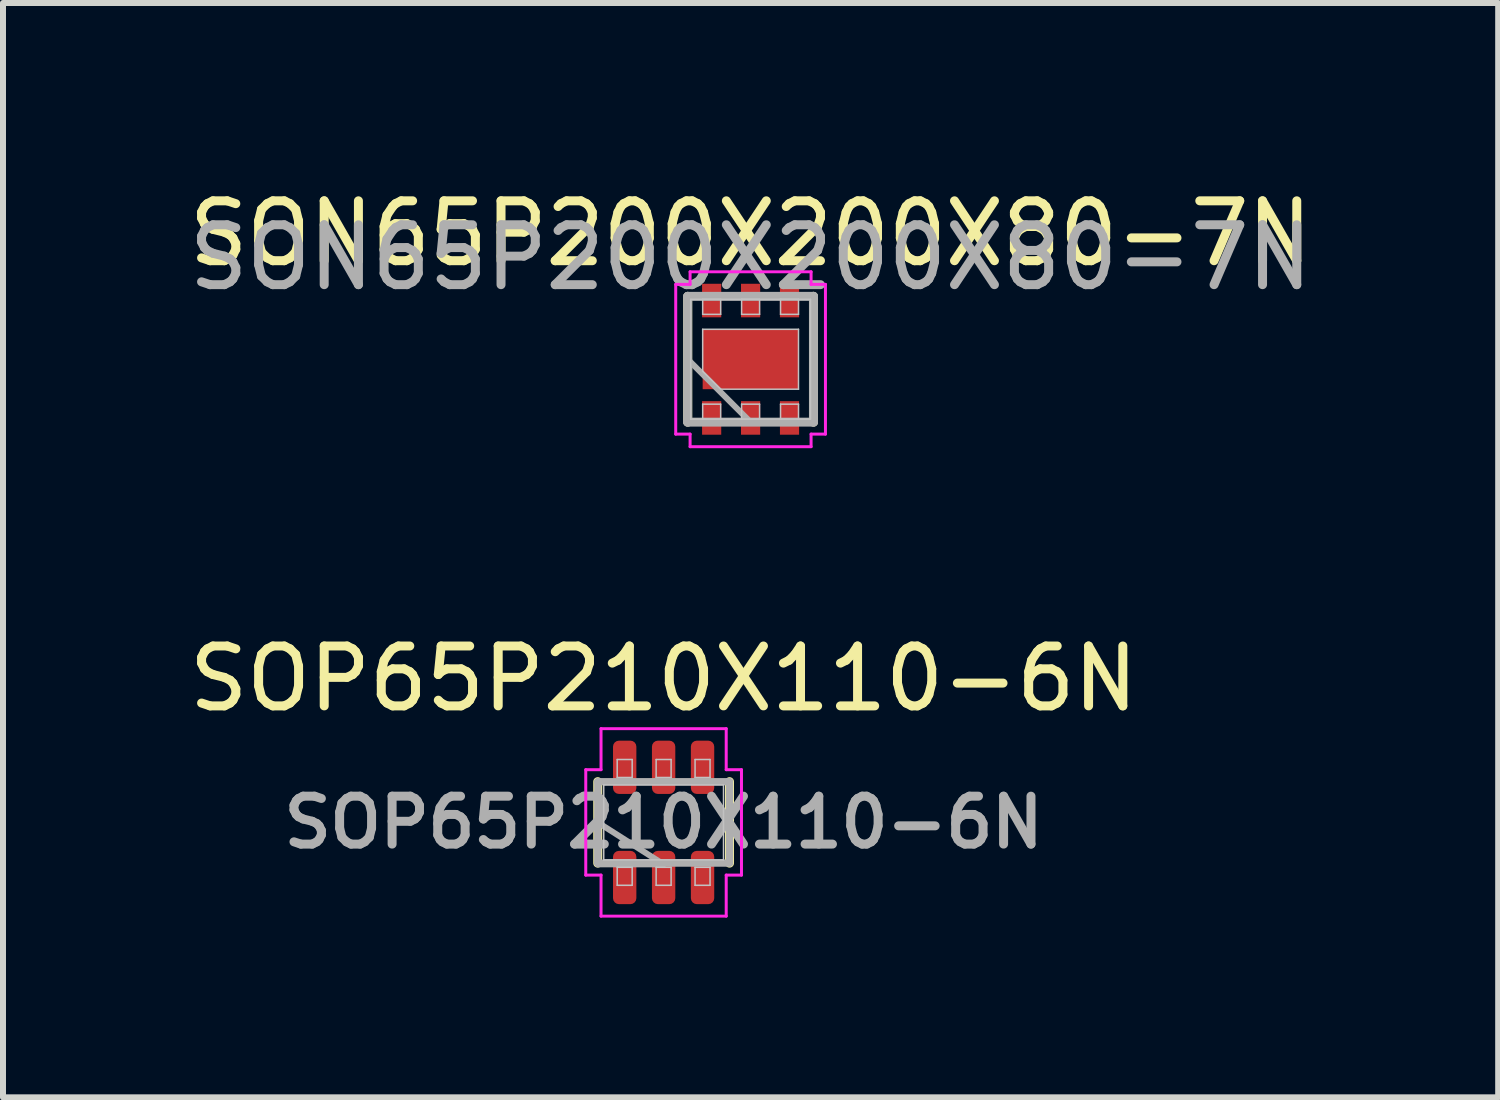
<source format=kicad_pcb>
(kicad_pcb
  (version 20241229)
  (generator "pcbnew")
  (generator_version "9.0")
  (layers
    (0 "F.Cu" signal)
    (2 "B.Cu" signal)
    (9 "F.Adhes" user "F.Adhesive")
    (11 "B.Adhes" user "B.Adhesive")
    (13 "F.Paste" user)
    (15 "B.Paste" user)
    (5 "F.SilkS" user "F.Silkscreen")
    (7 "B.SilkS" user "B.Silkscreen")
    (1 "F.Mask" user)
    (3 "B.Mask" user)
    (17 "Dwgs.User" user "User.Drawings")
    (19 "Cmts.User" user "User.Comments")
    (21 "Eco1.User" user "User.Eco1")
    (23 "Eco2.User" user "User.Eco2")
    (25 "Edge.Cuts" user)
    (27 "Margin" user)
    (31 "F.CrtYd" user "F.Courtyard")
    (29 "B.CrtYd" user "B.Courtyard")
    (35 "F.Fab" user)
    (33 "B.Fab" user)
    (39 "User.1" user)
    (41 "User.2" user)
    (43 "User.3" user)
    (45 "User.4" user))
  (footprint "SON65P200X200X80-7N"
    (layer "F.Cu")
    (at 9.482 2.948)
    (property "Reference" "SON65P200X200X80-7N" (at 0 -1.7 0) (layer "F.Fab") (effects (font (size 1 1) (thickness 0.15))))
    (attr smd)
    (fp_line (start -1.05 1.05) (end -1.05 -1.05) (stroke (width 0.15) (type solid)) (layer "F.SilkS"))
    (fp_line (start 1.05 1.05) (end 1.05 -1.05) (stroke (width 0.15) (type solid)) (layer "F.SilkS"))
    (fp_line (start -1 -1) (end 1 -1) (stroke (width 0.025) (type solid)) (layer "Dwgs.User"))
    (fp_line (start -1 1) (end -1 -1) (stroke (width 0.025) (type solid)) (layer "Dwgs.User"))
    (fp_line (start -0.8 -1) (end -0.5 -1) (stroke (width 0.025) (type solid)) (layer "Dwgs.User"))
    (fp_line (start -0.8 -0.75) (end -0.8 -1) (stroke (width 0.025) (type solid)) (layer "Dwgs.User"))
    (fp_line (start -0.8 -0.5) (end -0.8 0.2) (stroke (width 0.025) (type solid)) (layer "Dwgs.User"))
    (fp_line (start -0.8 0.2) (end -0.5 0.5) (stroke (width 0.025) (type solid)) (layer "Dwgs.User"))
    (fp_line (start -0.8 0.75) (end -0.5 0.75) (stroke (width 0.025) (type solid)) (layer "Dwgs.User"))
    (fp_line (start -0.8 1) (end -0.8 0.75) (stroke (width 0.025) (type solid)) (layer "Dwgs.User"))
    (fp_line (start -0.5 -1) (end -0.5 -0.75) (stroke (width 0.025) (type solid)) (layer "Dwgs.User"))
    (fp_line (start -0.5 -0.75) (end -0.8 -0.75) (stroke (width 0.025) (type solid)) (layer "Dwgs.User"))
    (fp_line (start -0.5 0.5) (end 0.8 0.5) (stroke (width 0.025) (type solid)) (layer "Dwgs.User"))
    (fp_line (start -0.5 0.75) (end -0.5 1) (stroke (width 0.025) (type solid)) (layer "Dwgs.User"))
    (fp_line (start -0.5 1) (end -0.8 1) (stroke (width 0.025) (type solid)) (layer "Dwgs.User"))
    (fp_line (start -0.15 -1) (end 0.15 -1) (stroke (width 0.025) (type solid)) (layer "Dwgs.User"))
    (fp_line (start -0.15 -0.75) (end -0.15 -1) (stroke (width 0.025) (type solid)) (layer "Dwgs.User"))
    (fp_line (start -0.15 0.75) (end 0.15 0.75) (stroke (width 0.025) (type solid)) (layer "Dwgs.User"))
    (fp_line (start -0.15 1) (end -0.15 0.75) (stroke (width 0.025) (type solid)) (layer "Dwgs.User"))
    (fp_line (start 0.15 -1) (end 0.15 -0.75) (stroke (width 0.025) (type solid)) (layer "Dwgs.User"))
    (fp_line (start 0.15 -0.75) (end -0.15 -0.75) (stroke (width 0.025) (type solid)) (layer "Dwgs.User"))
    (fp_line (start 0.15 0.75) (end 0.15 1) (stroke (width 0.025) (type solid)) (layer "Dwgs.User"))
    (fp_line (start 0.15 1) (end -0.15 1) (stroke (width 0.025) (type solid)) (layer "Dwgs.User"))
    (fp_line (start 0.5 -1) (end 0.8 -1) (stroke (width 0.025) (type solid)) (layer "Dwgs.User"))
    (fp_line (start 0.5 -0.75) (end 0.5 -1) (stroke (width 0.025) (type solid)) (layer "Dwgs.User"))
    (fp_line (start 0.5 0.75) (end 0.8 0.75) (stroke (width 0.025) (type solid)) (layer "Dwgs.User"))
    (fp_line (start 0.5 1) (end 0.5 0.75) (stroke (width 0.025) (type solid)) (layer "Dwgs.User"))
    (fp_line (start 0.8 -1) (end 0.8 -0.75) (stroke (width 0.025) (type solid)) (layer "Dwgs.User"))
    (fp_line (start 0.8 -0.75) (end 0.5 -0.75) (stroke (width 0.025) (type solid)) (layer "Dwgs.User"))
    (fp_line (start 0.8 -0.5) (end -0.8 -0.5) (stroke (width 0.025) (type solid)) (layer "Dwgs.User"))
    (fp_line (start 0.8 0.5) (end 0.8 -0.5) (stroke (width 0.025) (type solid)) (layer "Dwgs.User"))
    (fp_line (start 0.8 0.75) (end 0.8 1) (stroke (width 0.025) (type solid)) (layer "Dwgs.User"))
    (fp_line (start 0.8 1) (end 0.5 1) (stroke (width 0.025) (type solid)) (layer "Dwgs.User"))
    (fp_line (start 1 -1) (end 1 1) (stroke (width 0.025) (type solid)) (layer "Dwgs.User"))
    (fp_line (start 1 1) (end -1 1) (stroke (width 0.025) (type solid)) (layer "Dwgs.User"))
    (fp_line (start -1.25 -1.25) (end -1.25 1.25) (stroke (width 0.05) (type solid)) (layer "F.CrtYd"))
    (fp_line (start -1.25 1.25) (end -1.01 1.25) (stroke (width 0.05) (type solid)) (layer "F.CrtYd"))
    (fp_line (start -1.01 -1.46) (end -1.01 -1.25) (stroke (width 0.05) (type solid)) (layer "F.CrtYd"))
    (fp_line (start -1.01 -1.25) (end -1.25 -1.25) (stroke (width 0.05) (type solid)) (layer "F.CrtYd"))
    (fp_line (start -1.01 1.25) (end -1.01 1.46) (stroke (width 0.05) (type solid)) (layer "F.CrtYd"))
    (fp_line (start -1.01 1.46) (end 1.01 1.46) (stroke (width 0.05) (type solid)) (layer "F.CrtYd"))
    (fp_line (start 1.01 -1.46) (end -1.01 -1.46) (stroke (width 0.05) (type solid)) (layer "F.CrtYd"))
    (fp_line (start 1.01 -1.25) (end 1.01 -1.46) (stroke (width 0.05) (type solid)) (layer "F.CrtYd"))
    (fp_line (start 1.01 1.25) (end 1.25 1.25) (stroke (width 0.05) (type solid)) (layer "F.CrtYd"))
    (fp_line (start 1.01 1.46) (end 1.01 1.25) (stroke (width 0.05) (type solid)) (layer "F.CrtYd"))
    (fp_line (start 1.25 -1.25) (end 1.01 -1.25) (stroke (width 0.05) (type solid)) (layer "F.CrtYd"))
    (fp_line (start 1.25 1.25) (end 1.25 -1.25) (stroke (width 0.05) (type solid)) (layer "F.CrtYd"))
    (fp_line (start -1.05 -1.05) (end 1.05 -1.05) (stroke (width 0.15) (type solid)) (layer "F.Fab"))
    (fp_line (start -1.05 1.05) (end -1.05 -1.05) (stroke (width 0.15) (type solid)) (layer "F.Fab"))
    (fp_line (start 1.05 -1.05) (end 1.05 1.05) (stroke (width 0.15) (type solid)) (layer "F.Fab"))
    (fp_line (start 1.05 1.05) (end -1.05 1.05) (stroke (width 0.15) (type solid)) (layer "F.Fab"))
    (fp_poly (pts (xy 0 1.05) (xy -1.05 1.05) (xy -1.05 0)) (stroke (width 0.1) (type solid)) (fill no) (layer "F.Fab"))
    (fp_text user "${REFERENCE}" (at 0 -2.1 0) (layer "F.SilkS") (effects (font (size 1 1) (thickness 0.15))))
    (pad "" smd rect (at -0.37 0 90) (size 0.64 0.62) (layers "F.Paste"))
    (pad "" smd rect (at 0.37 0 90) (size 0.64 0.62) (layers "F.Paste"))
    (pad "1" smd rect (at -0.65 0.98 90) (size 0.56 0.32) (layers "F.Cu" "F.Mask" "F.Paste"))
    (pad "2" smd rect (at 0 0.98 90) (size 0.56 0.32) (layers "F.Cu" "F.Mask" "F.Paste"))
    (pad "3" smd rect (at 0.65 0.98 90) (size 0.56 0.32) (layers "F.Cu" "F.Mask" "F.Paste"))
    (pad "4" smd rect (at 0.65 -0.98 90) (size 0.56 0.32) (layers "F.Cu" "F.Mask" "F.Paste"))
    (pad "5" smd rect (at 0 -0.98 90) (size 0.56 0.32) (layers "F.Cu" "F.Mask" "F.Paste"))
    (pad "6" smd rect (at -0.65 -0.98 90) (size 0.56 0.32) (layers "F.Cu" "F.Mask" "F.Paste"))
    (pad "7" smd rect (at 0 0 90) (size 1 1.6) (layers "F.Cu" "F.Mask")))
  (footprint "SOP65P210X110-6N"
    (layer "F.Cu")
    (at 8.03 10.681)
    (property "Reference" "SOP65P210X110-6N" (at 0 -2.4 0) (layer "F.SilkS") (effects (font (size 1 1) (thickness 0.15))))
    (attr smd)
    (fp_line (start -1.1 0.68) (end -1.1 -0.68) (stroke (width 0.15) (type solid)) (layer "F.SilkS"))
    (fp_line (start 1.1 0.68) (end 1.1 -0.68) (stroke (width 0.15) (type solid)) (layer "F.SilkS"))
    (fp_line (start -1 -0.625) (end 1 -0.625) (stroke (width 0.025) (type solid)) (layer "Dwgs.User"))
    (fp_line (start -1 0.625) (end -1 -0.625) (stroke (width 0.025) (type solid)) (layer "Dwgs.User"))
    (fp_line (start -0.775 -1.05) (end -0.525 -1.05) (stroke (width 0.025) (type solid)) (layer "Dwgs.User"))
    (fp_line (start -0.775 -0.75) (end -0.775 -1.05) (stroke (width 0.025) (type solid)) (layer "Dwgs.User"))
    (fp_line (start -0.775 0.75) (end -0.525 0.75) (stroke (width 0.025) (type solid)) (layer "Dwgs.User"))
    (fp_line (start -0.775 1.05) (end -0.775 0.75) (stroke (width 0.025) (type solid)) (layer "Dwgs.User"))
    (fp_line (start -0.525 -1.05) (end -0.525 -0.75) (stroke (width 0.025) (type solid)) (layer "Dwgs.User"))
    (fp_line (start -0.525 -0.75) (end -0.775 -0.75) (stroke (width 0.025) (type solid)) (layer "Dwgs.User"))
    (fp_line (start -0.525 0.75) (end -0.525 1.05) (stroke (width 0.025) (type solid)) (layer "Dwgs.User"))
    (fp_line (start -0.525 1.05) (end -0.775 1.05) (stroke (width 0.025) (type solid)) (layer "Dwgs.User"))
    (fp_line (start -0.125 -1.05) (end 0.125 -1.05) (stroke (width 0.025) (type solid)) (layer "Dwgs.User"))
    (fp_line (start -0.125 -0.75) (end -0.125 -1.05) (stroke (width 0.025) (type solid)) (layer "Dwgs.User"))
    (fp_line (start -0.125 0.75) (end 0.125 0.75) (stroke (width 0.025) (type solid)) (layer "Dwgs.User"))
    (fp_line (start -0.125 1.05) (end -0.125 0.75) (stroke (width 0.025) (type solid)) (layer "Dwgs.User"))
    (fp_line (start 0.125 -1.05) (end 0.125 -0.75) (stroke (width 0.025) (type solid)) (layer "Dwgs.User"))
    (fp_line (start 0.125 -0.75) (end -0.125 -0.75) (stroke (width 0.025) (type solid)) (layer "Dwgs.User"))
    (fp_line (start 0.125 0.75) (end 0.125 1.05) (stroke (width 0.025) (type solid)) (layer "Dwgs.User"))
    (fp_line (start 0.125 1.05) (end -0.125 1.05) (stroke (width 0.025) (type solid)) (layer "Dwgs.User"))
    (fp_line (start 0.525 -1.05) (end 0.775 -1.05) (stroke (width 0.025) (type solid)) (layer "Dwgs.User"))
    (fp_line (start 0.525 -0.75) (end 0.525 -1.05) (stroke (width 0.025) (type solid)) (layer "Dwgs.User"))
    (fp_line (start 0.525 0.75) (end 0.775 0.75) (stroke (width 0.025) (type solid)) (layer "Dwgs.User"))
    (fp_line (start 0.525 1.05) (end 0.525 0.75) (stroke (width 0.025) (type solid)) (layer "Dwgs.User"))
    (fp_line (start 0.775 -1.05) (end 0.775 -0.75) (stroke (width 0.025) (type solid)) (layer "Dwgs.User"))
    (fp_line (start 0.775 -0.75) (end 0.525 -0.75) (stroke (width 0.025) (type solid)) (layer "Dwgs.User"))
    (fp_line (start 0.775 0.75) (end 0.775 1.05) (stroke (width 0.025) (type solid)) (layer "Dwgs.User"))
    (fp_line (start 0.775 1.05) (end 0.525 1.05) (stroke (width 0.025) (type solid)) (layer "Dwgs.User"))
    (fp_line (start 1 -0.625) (end 1 0.625) (stroke (width 0.025) (type solid)) (layer "Dwgs.User"))
    (fp_line (start 1 0.625) (end -1 0.625) (stroke (width 0.025) (type solid)) (layer "Dwgs.User"))
    (fp_line (start -1.3 -0.88) (end -1.3 0.88) (stroke (width 0.05) (type solid)) (layer "F.CrtYd"))
    (fp_line (start -1.3 0.88) (end -1.045 0.88) (stroke (width 0.05) (type solid)) (layer "F.CrtYd"))
    (fp_line (start -1.045 -1.565) (end -1.045 -0.88) (stroke (width 0.05) (type solid)) (layer "F.CrtYd"))
    (fp_line (start -1.045 -0.88) (end -1.3 -0.88) (stroke (width 0.05) (type solid)) (layer "F.CrtYd"))
    (fp_line (start -1.045 0.88) (end -1.045 1.565) (stroke (width 0.05) (type solid)) (layer "F.CrtYd"))
    (fp_line (start -1.045 1.565) (end 1.045 1.565) (stroke (width 0.05) (type solid)) (layer "F.CrtYd"))
    (fp_line (start 1.045 -1.565) (end -1.045 -1.565) (stroke (width 0.05) (type solid)) (layer "F.CrtYd"))
    (fp_line (start 1.045 -0.88) (end 1.045 -1.565) (stroke (width 0.05) (type solid)) (layer "F.CrtYd"))
    (fp_line (start 1.045 0.88) (end 1.3 0.88) (stroke (width 0.05) (type solid)) (layer "F.CrtYd"))
    (fp_line (start 1.045 1.565) (end 1.045 0.88) (stroke (width 0.05) (type solid)) (layer "F.CrtYd"))
    (fp_line (start 1.3 -0.88) (end 1.045 -0.88) (stroke (width 0.05) (type solid)) (layer "F.CrtYd"))
    (fp_line (start 1.3 0.88) (end 1.3 -0.88) (stroke (width 0.05) (type solid)) (layer "F.CrtYd"))
    (fp_line (start -1.1 -0.68) (end 1.1 -0.68) (stroke (width 0.12) (type solid)) (layer "F.Fab"))
    (fp_line (start -1.1 0.68) (end -1.1 -0.68) (stroke (width 0.12) (type solid)) (layer "F.Fab"))
    (fp_line (start 1.1 -0.68) (end 1.1 0.68) (stroke (width 0.12) (type solid)) (layer "F.Fab"))
    (fp_line (start 1.1 0.68) (end -1.1 0.68) (stroke (width 0.12) (type solid)) (layer "F.Fab"))
    (fp_poly (pts (xy 0 0.7) (xy -1.1 0.7) (xy -1.1 0)) (stroke (width 0.1) (type solid)) (fill no) (layer "F.Fab"))
    (fp_text user "${REFERENCE}" (at 0 0 0) (layer "F.Fab") (effects (font (size 0.8 0.8) (thickness 0.15))))
    (pad "1" smd roundrect (at -0.65 0.92 90) (size 0.89 0.39) (layers "F.Cu" "F.Mask" "F.Paste") (roundrect_rratio 0.256))
    (pad "2" smd roundrect (at 0 0.92 90) (size 0.89 0.39) (layers "F.Cu" "F.Mask" "F.Paste") (roundrect_rratio 0.256))
    (pad "3" smd roundrect (at 0.65 0.92 90) (size 0.89 0.39) (layers "F.Cu" "F.Mask" "F.Paste") (roundrect_rratio 0.256))
    (pad "4" smd roundrect (at 0.65 -0.92 90) (size 0.89 0.39) (layers "F.Cu" "F.Mask" "F.Paste") (roundrect_rratio 0.256))
    (pad "5" smd roundrect (at 0 -0.92 90) (size 0.89 0.39) (layers "F.Cu" "F.Mask" "F.Paste") (roundrect_rratio 0.256))
    (pad "6" smd roundrect (at -0.65 -0.92 90) (size 0.89 0.39) (layers "F.Cu" "F.Mask" "F.Paste") (roundrect_rratio 0.256)))
  (gr_rect
    (start -3 -3)
    (end 21.964 15.271)
    (stroke (width 0.1) (type default))
    (fill no)
    (layer "Edge.Cuts")))
</source>
